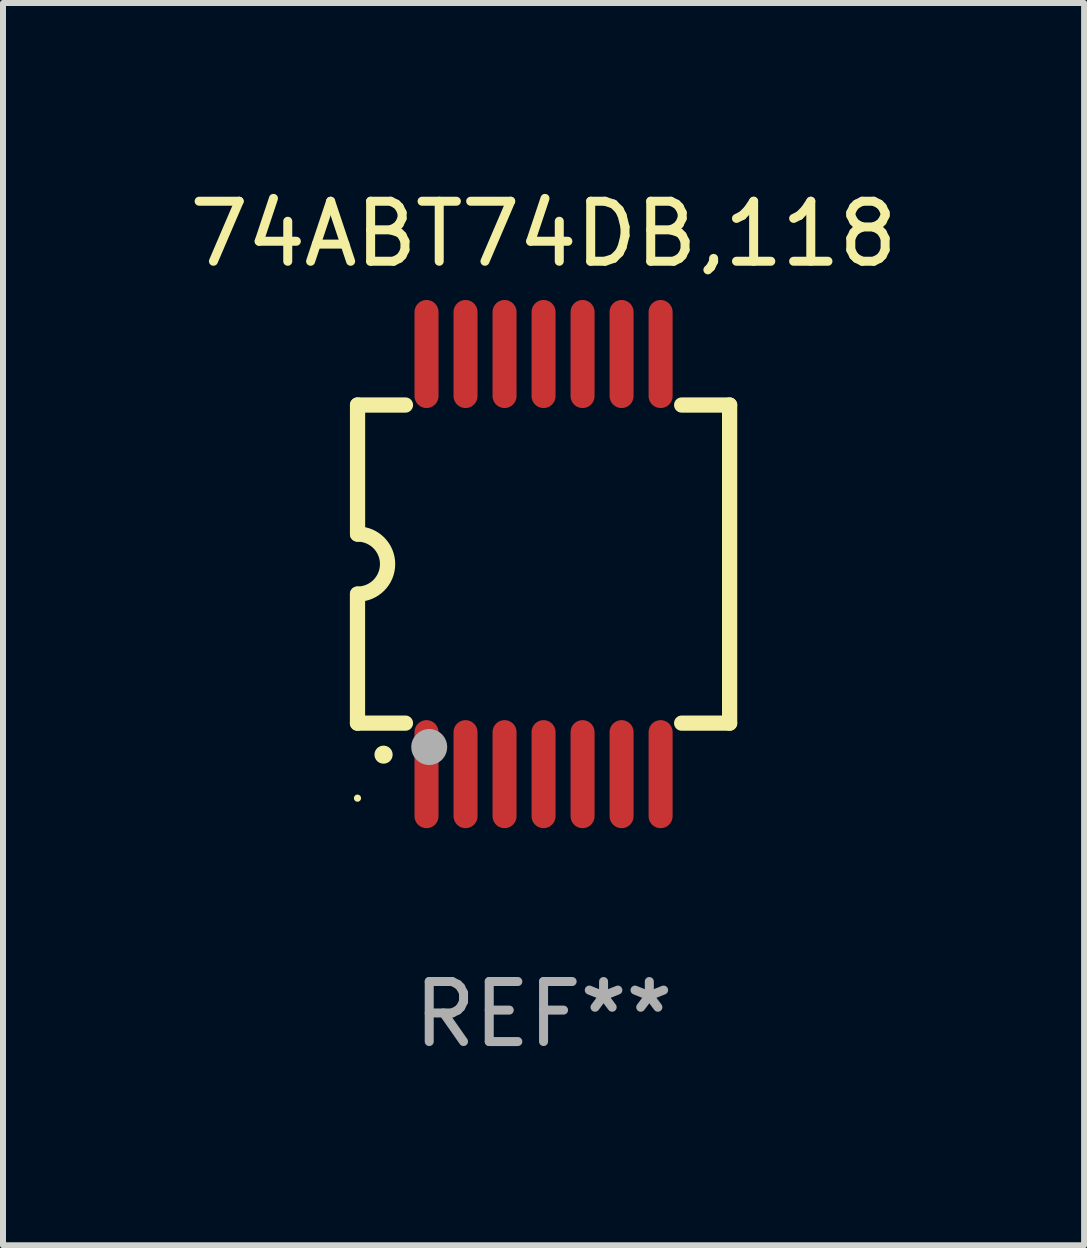
<source format=kicad_pcb>
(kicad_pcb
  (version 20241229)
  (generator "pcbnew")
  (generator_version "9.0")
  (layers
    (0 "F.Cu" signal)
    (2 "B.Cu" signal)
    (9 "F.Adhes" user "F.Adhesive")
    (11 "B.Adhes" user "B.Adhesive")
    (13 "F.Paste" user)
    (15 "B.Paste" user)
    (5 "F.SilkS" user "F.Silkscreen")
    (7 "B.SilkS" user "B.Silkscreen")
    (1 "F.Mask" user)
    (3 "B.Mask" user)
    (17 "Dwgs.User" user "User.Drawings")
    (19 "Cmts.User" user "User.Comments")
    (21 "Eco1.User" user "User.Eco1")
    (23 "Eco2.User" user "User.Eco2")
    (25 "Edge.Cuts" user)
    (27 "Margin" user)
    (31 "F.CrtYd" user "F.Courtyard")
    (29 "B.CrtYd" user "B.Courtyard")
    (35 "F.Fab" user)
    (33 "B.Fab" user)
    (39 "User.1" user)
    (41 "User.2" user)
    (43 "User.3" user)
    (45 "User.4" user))
  (footprint "74ABT74DB,118"
    (layer "F.Cu")
    (at 6.006 6.348)
    (property "Reference" "74ABT74DB,118" (at 0 -5.5 0) (layer "F.SilkS") (effects (font (size 1 1) (thickness 0.15))))
    (attr through_hole)
    (fp_line (start -3.1 2.65) (end -3.1 0.5) (stroke (width 0.254) (type solid)) (layer "F.SilkS"))
    (fp_line (start -3.099 -2.65) (end -2.301 -2.65) (stroke (width 0.254) (type solid)) (layer "F.SilkS"))
    (fp_line (start -3.099 -0.5) (end -3.099 -2.65) (stroke (width 0.254) (type solid)) (layer "F.SilkS"))
    (fp_line (start -2.301 2.65) (end -3.1 2.65) (stroke (width 0.254) (type solid)) (layer "F.SilkS"))
    (fp_line (start 2.301 -2.65) (end 3.1 -2.65) (stroke (width 0.254) (type solid)) (layer "F.SilkS"))
    (fp_line (start 3.1 -2.65) (end 3.1 2.65) (stroke (width 0.254) (type solid)) (layer "F.SilkS"))
    (fp_line (start 3.1 2.65) (end 2.301 2.65) (stroke (width 0.254) (type solid)) (layer "F.SilkS"))
    (fp_arc (start -3.098806 -0.500381) (mid -2.598806 0) (end -3.098806 0.500381) (stroke (width 0.254001) (type solid)) (layer "F.SilkS"))
    (fp_arc (start -2.667005 3.175006) (mid -2.665735 3.175001) (end -2.664465 3.175006) (stroke (width 0.3) (type solid)) (layer "F.SilkS"))
    (fp_circle (center -3.1 3.9) (end -3.07 3.9) (stroke (width 0.06) (type solid)) (fill no) (layer "F.SilkS"))
    (fp_circle (center -1.905 3.048) (end -1.755 3.048) (stroke (width 0.3) (type solid)) (fill no) (layer "F.Fab"))
    (fp_text user "REF**" (at 0 7.5 0) (layer "F.Fab") (effects (font (size 1 1) (thickness 0.15))))
    (pad "1" smd oval (at -1.95 3.5 270) (size 1.8 0.4) (layers "F.Cu" "F.Mask" "F.Paste"))
    (pad "2" smd oval (at -1.3 3.5 270) (size 1.8 0.4) (layers "F.Cu" "F.Mask" "F.Paste"))
    (pad "3" smd oval (at -0.65 3.5 270) (size 1.8 0.4) (layers "F.Cu" "F.Mask" "F.Paste"))
    (pad "4" smd oval (at 0 3.5 270) (size 1.8 0.4) (layers "F.Cu" "F.Mask" "F.Paste"))
    (pad "5" smd oval (at 0.65 3.5 270) (size 1.8 0.4) (layers "F.Cu" "F.Mask" "F.Paste"))
    (pad "6" smd oval (at 1.3 3.5 270) (size 1.8 0.4) (layers "F.Cu" "F.Mask" "F.Paste"))
    (pad "7" smd oval (at 1.95 3.5 270) (size 1.8 0.4) (layers "F.Cu" "F.Mask" "F.Paste"))
    (pad "8" smd oval (at 1.95 -3.5 90) (size 1.8 0.4) (layers "F.Cu" "F.Mask" "F.Paste"))
    (pad "9" smd oval (at 1.3 -3.5 90) (size 1.8 0.4) (layers "F.Cu" "F.Mask" "F.Paste"))
    (pad "10" smd oval (at 0.65 -3.5 90) (size 1.8 0.4) (layers "F.Cu" "F.Mask" "F.Paste"))
    (pad "11" smd oval (at 0 -3.5 90) (size 1.8 0.4) (layers "F.Cu" "F.Mask" "F.Paste"))
    (pad "12" smd oval (at -0.65 -3.5 90) (size 1.8 0.4) (layers "F.Cu" "F.Mask" "F.Paste"))
    (pad "13" smd oval (at -1.3 -3.5 90) (size 1.8 0.4) (layers "F.Cu" "F.Mask" "F.Paste"))
    (pad "14" smd oval (at -1.95 -3.5 90) (size 1.8 0.4) (layers "F.Cu" "F.Mask" "F.Paste")))
  (gr_rect
    (start -3 -3)
    (end 15.012 17.697)
    (stroke (width 0.1) (type default))
    (fill no)
    (layer "Edge.Cuts")))
</source>
